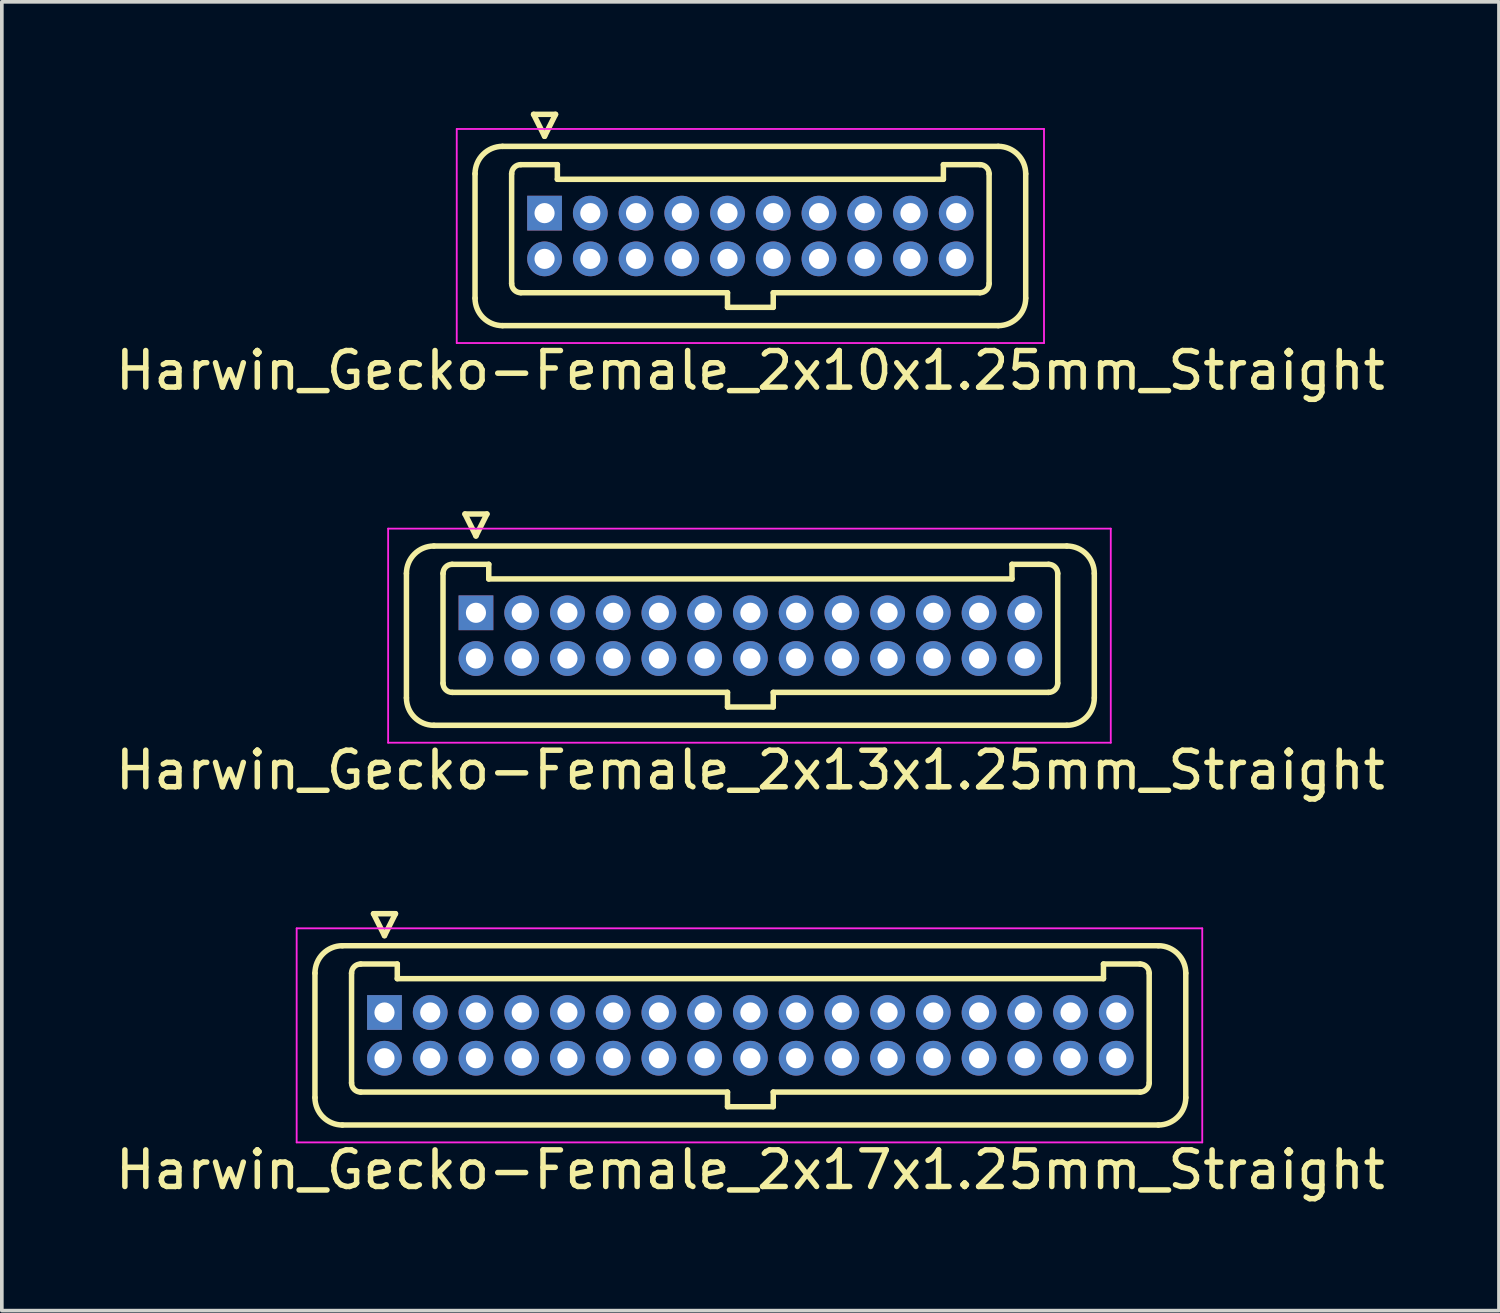
<source format=kicad_pcb>
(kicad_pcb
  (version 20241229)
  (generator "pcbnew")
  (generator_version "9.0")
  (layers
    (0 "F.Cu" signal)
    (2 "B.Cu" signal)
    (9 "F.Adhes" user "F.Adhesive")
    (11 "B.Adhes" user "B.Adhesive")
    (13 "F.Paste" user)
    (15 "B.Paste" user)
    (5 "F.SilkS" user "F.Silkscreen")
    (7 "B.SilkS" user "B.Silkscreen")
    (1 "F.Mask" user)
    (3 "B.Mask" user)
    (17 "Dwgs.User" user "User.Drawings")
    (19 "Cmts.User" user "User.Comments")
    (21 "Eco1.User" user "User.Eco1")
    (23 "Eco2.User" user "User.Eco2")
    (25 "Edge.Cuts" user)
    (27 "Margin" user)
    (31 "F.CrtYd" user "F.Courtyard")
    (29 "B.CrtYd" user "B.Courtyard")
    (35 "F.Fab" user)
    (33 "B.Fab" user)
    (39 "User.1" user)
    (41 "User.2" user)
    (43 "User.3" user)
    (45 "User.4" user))
  (footprint "Harwin_Gecko-Female_2x13x1.25mm_Straight"
    (layer "F.Cu")
    (at 9.958 13.698)
    (property "Reference" "Harwin_Gecko-Female_2x13x1.25mm_Straight" (at 7.5 4.3 0) (layer "F.SilkS") (effects (font (size 1 1) (thickness 0.15))))
    (attr through_hole)
    (fp_line (start -1.9 -1.075) (end -1.9 2.325) (stroke (width 0.15) (type solid)) (layer "F.SilkS"))
    (fp_line (start -1.15 -1.825) (end 16.15 -1.825) (stroke (width 0.15) (type solid)) (layer "F.SilkS"))
    (fp_line (start -1.15 3.075) (end 16.15 3.075) (stroke (width 0.15) (type solid)) (layer "F.SilkS"))
    (fp_line (start -0.9 -1.075) (end -0.9 1.925) (stroke (width 0.15) (type solid)) (layer "F.SilkS"))
    (fp_line (start -0.65 -1.325) (end 0.35 -1.325) (stroke (width 0.15) (type solid)) (layer "F.SilkS"))
    (fp_line (start -0.65 2.175) (end 6.875 2.175) (stroke (width 0.15) (type solid)) (layer "F.SilkS"))
    (fp_line (start -0.3 -2.7) (end 0.3 -2.7) (stroke (width 0.15) (type solid)) (layer "F.SilkS"))
    (fp_line (start 0 -2.1) (end -0.3 -2.7) (stroke (width 0.15) (type solid)) (layer "F.SilkS"))
    (fp_line (start 0.3 -2.7) (end 0 -2.1) (stroke (width 0.15) (type solid)) (layer "F.SilkS"))
    (fp_line (start 0.35 -1.325) (end 0.35 -0.925) (stroke (width 0.15) (type solid)) (layer "F.SilkS"))
    (fp_line (start 0.35 -0.925) (end 14.65 -0.925) (stroke (width 0.15) (type solid)) (layer "F.SilkS"))
    (fp_line (start 6.875 2.175) (end 6.875 2.575) (stroke (width 0.15) (type solid)) (layer "F.SilkS"))
    (fp_line (start 6.875 2.575) (end 8.125 2.575) (stroke (width 0.15) (type solid)) (layer "F.SilkS"))
    (fp_line (start 8.125 2.175) (end 15.65 2.175) (stroke (width 0.15) (type solid)) (layer "F.SilkS"))
    (fp_line (start 8.125 2.575) (end 8.125 2.175) (stroke (width 0.15) (type solid)) (layer "F.SilkS"))
    (fp_line (start 14.65 -1.325) (end 15.65 -1.325) (stroke (width 0.15) (type solid)) (layer "F.SilkS"))
    (fp_line (start 14.65 -0.925) (end 14.65 -1.325) (stroke (width 0.15) (type solid)) (layer "F.SilkS"))
    (fp_line (start 15.9 -1.075) (end 15.9 1.925) (stroke (width 0.15) (type solid)) (layer "F.SilkS"))
    (fp_line (start 16.9 -1.075) (end 16.9 2.325) (stroke (width 0.15) (type solid)) (layer "F.SilkS"))
    (fp_arc (start -1.9 -1.075) (mid -1.68033 -1.60533) (end -1.15 -1.825) (stroke (width 0.15) (type solid)) (layer "F.SilkS"))
    (fp_arc (start -1.15 3.075) (mid -1.68033 2.85533) (end -1.9 2.325) (stroke (width 0.15) (type solid)) (layer "F.SilkS"))
    (fp_arc (start -0.9 -1.075) (mid -0.826777 -1.251777) (end -0.65 -1.325) (stroke (width 0.15) (type solid)) (layer "F.SilkS"))
    (fp_arc (start -0.65 2.175) (mid -0.826777 2.101777) (end -0.9 1.925) (stroke (width 0.15) (type solid)) (layer "F.SilkS"))
    (fp_arc (start 15.65 -1.325) (mid 15.826777 -1.251777) (end 15.9 -1.075) (stroke (width 0.15) (type solid)) (layer "F.SilkS"))
    (fp_arc (start 15.9 1.925) (mid 15.826777 2.101777) (end 15.65 2.175) (stroke (width 0.15) (type solid)) (layer "F.SilkS"))
    (fp_arc (start 16.15 -1.825) (mid 16.68033 -1.60533) (end 16.9 -1.075) (stroke (width 0.15) (type solid)) (layer "F.SilkS"))
    (fp_arc (start 16.9 2.325) (mid 16.68033 2.85533) (end 16.15 3.075) (stroke (width 0.15) (type solid)) (layer "F.SilkS"))
    (fp_line (start -2.4 -2.3) (end -2.4 3.55) (stroke (width 0.05) (type solid)) (layer "F.CrtYd"))
    (fp_line (start -2.4 3.55) (end 17.35 3.55) (stroke (width 0.05) (type solid)) (layer "F.CrtYd"))
    (fp_line (start 17.35 -2.3) (end -2.4 -2.3) (stroke (width 0.05) (type solid)) (layer "F.CrtYd"))
    (fp_line (start 17.35 3.55) (end 17.35 -2.3) (stroke (width 0.05) (type solid)) (layer "F.CrtYd"))
    (pad "1" thru_hole rect (at 0 0) (size 0.95 0.95) (drill 0.55) (layers "*.Cu" "*.Mask"))
    (pad "2" thru_hole circle (at 0 1.25) (size 0.95 0.95) (drill 0.55) (layers "*.Cu" "*.Mask"))
    (pad "3" thru_hole circle (at 1.25 0) (size 0.95 0.95) (drill 0.55) (layers "*.Cu" "*.Mask"))
    (pad "4" thru_hole circle (at 1.25 1.25) (size 0.95 0.95) (drill 0.55) (layers "*.Cu" "*.Mask"))
    (pad "5" thru_hole circle (at 2.5 0) (size 0.95 0.95) (drill 0.55) (layers "*.Cu" "*.Mask"))
    (pad "6" thru_hole circle (at 2.5 1.25) (size 0.95 0.95) (drill 0.55) (layers "*.Cu" "*.Mask"))
    (pad "7" thru_hole circle (at 3.75 0) (size 0.95 0.95) (drill 0.55) (layers "*.Cu" "*.Mask"))
    (pad "8" thru_hole circle (at 3.75 1.25) (size 0.95 0.95) (drill 0.55) (layers "*.Cu" "*.Mask"))
    (pad "9" thru_hole circle (at 5 0) (size 0.95 0.95) (drill 0.55) (layers "*.Cu" "*.Mask"))
    (pad "10" thru_hole circle (at 5 1.25) (size 0.95 0.95) (drill 0.55) (layers "*.Cu" "*.Mask"))
    (pad "11" thru_hole circle (at 6.25 0) (size 0.95 0.95) (drill 0.55) (layers "*.Cu" "*.Mask"))
    (pad "12" thru_hole circle (at 6.25 1.25) (size 0.95 0.95) (drill 0.55) (layers "*.Cu" "*.Mask"))
    (pad "13" thru_hole circle (at 7.5 0) (size 0.95 0.95) (drill 0.55) (layers "*.Cu" "*.Mask"))
    (pad "14" thru_hole circle (at 7.5 1.25) (size 0.95 0.95) (drill 0.55) (layers "*.Cu" "*.Mask"))
    (pad "15" thru_hole circle (at 8.75 0) (size 0.95 0.95) (drill 0.55) (layers "*.Cu" "*.Mask"))
    (pad "16" thru_hole circle (at 8.75 1.25) (size 0.95 0.95) (drill 0.55) (layers "*.Cu" "*.Mask"))
    (pad "17" thru_hole circle (at 10 0) (size 0.95 0.95) (drill 0.55) (layers "*.Cu" "*.Mask"))
    (pad "18" thru_hole circle (at 10 1.25) (size 0.95 0.95) (drill 0.55) (layers "*.Cu" "*.Mask"))
    (pad "19" thru_hole circle (at 11.25 0) (size 0.95 0.95) (drill 0.55) (layers "*.Cu" "*.Mask"))
    (pad "20" thru_hole circle (at 11.25 1.25) (size 0.95 0.95) (drill 0.55) (layers "*.Cu" "*.Mask"))
    (pad "21" thru_hole circle (at 12.5 0) (size 0.95 0.95) (drill 0.55) (layers "*.Cu" "*.Mask"))
    (pad "22" thru_hole circle (at 12.5 1.25) (size 0.95 0.95) (drill 0.55) (layers "*.Cu" "*.Mask"))
    (pad "23" thru_hole circle (at 13.75 0) (size 0.95 0.95) (drill 0.55) (layers "*.Cu" "*.Mask"))
    (pad "24" thru_hole circle (at 13.75 1.25) (size 0.95 0.95) (drill 0.55) (layers "*.Cu" "*.Mask"))
    (pad "25" thru_hole circle (at 15 0) (size 0.95 0.95) (drill 0.55) (layers "*.Cu" "*.Mask"))
    (pad "26" thru_hole circle (at 15 1.25) (size 0.95 0.95) (drill 0.55) (layers "*.Cu" "*.Mask")))
  (footprint "Harwin_Gecko-Female_2x10x1.25mm_Straight"
    (layer "F.Cu")
    (at 11.833 2.775)
    (property "Reference" "Harwin_Gecko-Female_2x10x1.25mm_Straight" (at 5.625 4.3 0) (layer "F.SilkS") (effects (font (size 1 1) (thickness 0.15))))
    (attr through_hole)
    (fp_line (start -1.9 -1.075) (end -1.9 2.325) (stroke (width 0.15) (type solid)) (layer "F.SilkS"))
    (fp_line (start -1.15 -1.825) (end 12.4 -1.825) (stroke (width 0.15) (type solid)) (layer "F.SilkS"))
    (fp_line (start -1.15 3.075) (end 12.4 3.075) (stroke (width 0.15) (type solid)) (layer "F.SilkS"))
    (fp_line (start -0.9 -1.075) (end -0.9 1.925) (stroke (width 0.15) (type solid)) (layer "F.SilkS"))
    (fp_line (start -0.65 -1.325) (end 0.35 -1.325) (stroke (width 0.15) (type solid)) (layer "F.SilkS"))
    (fp_line (start -0.65 2.175) (end 5 2.175) (stroke (width 0.15) (type solid)) (layer "F.SilkS"))
    (fp_line (start -0.3 -2.7) (end 0.3 -2.7) (stroke (width 0.15) (type solid)) (layer "F.SilkS"))
    (fp_line (start 0 -2.1) (end -0.3 -2.7) (stroke (width 0.15) (type solid)) (layer "F.SilkS"))
    (fp_line (start 0.3 -2.7) (end 0 -2.1) (stroke (width 0.15) (type solid)) (layer "F.SilkS"))
    (fp_line (start 0.35 -1.325) (end 0.35 -0.925) (stroke (width 0.15) (type solid)) (layer "F.SilkS"))
    (fp_line (start 0.35 -0.925) (end 10.9 -0.925) (stroke (width 0.15) (type solid)) (layer "F.SilkS"))
    (fp_line (start 5 2.175) (end 5 2.575) (stroke (width 0.15) (type solid)) (layer "F.SilkS"))
    (fp_line (start 5 2.575) (end 6.25 2.575) (stroke (width 0.15) (type solid)) (layer "F.SilkS"))
    (fp_line (start 6.25 2.175) (end 11.9 2.175) (stroke (width 0.15) (type solid)) (layer "F.SilkS"))
    (fp_line (start 6.25 2.575) (end 6.25 2.175) (stroke (width 0.15) (type solid)) (layer "F.SilkS"))
    (fp_line (start 10.9 -1.325) (end 11.9 -1.325) (stroke (width 0.15) (type solid)) (layer "F.SilkS"))
    (fp_line (start 10.9 -0.925) (end 10.9 -1.325) (stroke (width 0.15) (type solid)) (layer "F.SilkS"))
    (fp_line (start 12.15 -1.075) (end 12.15 1.925) (stroke (width 0.15) (type solid)) (layer "F.SilkS"))
    (fp_line (start 13.15 -1.075) (end 13.15 2.325) (stroke (width 0.15) (type solid)) (layer "F.SilkS"))
    (fp_arc (start -1.9 -1.075) (mid -1.68033 -1.60533) (end -1.15 -1.825) (stroke (width 0.15) (type solid)) (layer "F.SilkS"))
    (fp_arc (start -1.15 3.075) (mid -1.68033 2.85533) (end -1.9 2.325) (stroke (width 0.15) (type solid)) (layer "F.SilkS"))
    (fp_arc (start -0.9 -1.075) (mid -0.826777 -1.251777) (end -0.65 -1.325) (stroke (width 0.15) (type solid)) (layer "F.SilkS"))
    (fp_arc (start -0.65 2.175) (mid -0.826777 2.101777) (end -0.9 1.925) (stroke (width 0.15) (type solid)) (layer "F.SilkS"))
    (fp_arc (start 11.9 -1.325) (mid 12.076777 -1.251777) (end 12.15 -1.075) (stroke (width 0.15) (type solid)) (layer "F.SilkS"))
    (fp_arc (start 12.15 1.925) (mid 12.076777 2.101777) (end 11.9 2.175) (stroke (width 0.15) (type solid)) (layer "F.SilkS"))
    (fp_arc (start 12.4 -1.825) (mid 12.93033 -1.60533) (end 13.15 -1.075) (stroke (width 0.15) (type solid)) (layer "F.SilkS"))
    (fp_arc (start 13.15 2.325) (mid 12.93033 2.85533) (end 12.4 3.075) (stroke (width 0.15) (type solid)) (layer "F.SilkS"))
    (fp_line (start -2.4 -2.3) (end -2.4 3.55) (stroke (width 0.05) (type solid)) (layer "F.CrtYd"))
    (fp_line (start -2.4 3.55) (end 13.65 3.55) (stroke (width 0.05) (type solid)) (layer "F.CrtYd"))
    (fp_line (start 13.65 -2.3) (end -2.4 -2.3) (stroke (width 0.05) (type solid)) (layer "F.CrtYd"))
    (fp_line (start 13.65 3.55) (end 13.65 -2.3) (stroke (width 0.05) (type solid)) (layer "F.CrtYd"))
    (pad "1" thru_hole rect (at 0 0) (size 0.95 0.95) (drill 0.55) (layers "*.Cu" "*.Mask"))
    (pad "2" thru_hole circle (at 0 1.25) (size 0.95 0.95) (drill 0.55) (layers "*.Cu" "*.Mask"))
    (pad "3" thru_hole circle (at 1.25 0) (size 0.95 0.95) (drill 0.55) (layers "*.Cu" "*.Mask"))
    (pad "4" thru_hole circle (at 1.25 1.25) (size 0.95 0.95) (drill 0.55) (layers "*.Cu" "*.Mask"))
    (pad "5" thru_hole circle (at 2.5 0) (size 0.95 0.95) (drill 0.55) (layers "*.Cu" "*.Mask"))
    (pad "6" thru_hole circle (at 2.5 1.25) (size 0.95 0.95) (drill 0.55) (layers "*.Cu" "*.Mask"))
    (pad "7" thru_hole circle (at 3.75 0) (size 0.95 0.95) (drill 0.55) (layers "*.Cu" "*.Mask"))
    (pad "8" thru_hole circle (at 3.75 1.25) (size 0.95 0.95) (drill 0.55) (layers "*.Cu" "*.Mask"))
    (pad "9" thru_hole circle (at 5 0) (size 0.95 0.95) (drill 0.55) (layers "*.Cu" "*.Mask"))
    (pad "10" thru_hole circle (at 5 1.25) (size 0.95 0.95) (drill 0.55) (layers "*.Cu" "*.Mask"))
    (pad "11" thru_hole circle (at 6.25 0) (size 0.95 0.95) (drill 0.55) (layers "*.Cu" "*.Mask"))
    (pad "12" thru_hole circle (at 6.25 1.25) (size 0.95 0.95) (drill 0.55) (layers "*.Cu" "*.Mask"))
    (pad "13" thru_hole circle (at 7.5 0) (size 0.95 0.95) (drill 0.55) (layers "*.Cu" "*.Mask"))
    (pad "14" thru_hole circle (at 7.5 1.25) (size 0.95 0.95) (drill 0.55) (layers "*.Cu" "*.Mask"))
    (pad "15" thru_hole circle (at 8.75 0) (size 0.95 0.95) (drill 0.55) (layers "*.Cu" "*.Mask"))
    (pad "16" thru_hole circle (at 8.75 1.25) (size 0.95 0.95) (drill 0.55) (layers "*.Cu" "*.Mask"))
    (pad "17" thru_hole circle (at 10 0) (size 0.95 0.95) (drill 0.55) (layers "*.Cu" "*.Mask"))
    (pad "18" thru_hole circle (at 10 1.25) (size 0.95 0.95) (drill 0.55) (layers "*.Cu" "*.Mask"))
    (pad "19" thru_hole circle (at 11.25 0) (size 0.95 0.95) (drill 0.55) (layers "*.Cu" "*.Mask"))
    (pad "20" thru_hole circle (at 11.25 1.25) (size 0.95 0.95) (drill 0.55) (layers "*.Cu" "*.Mask")))
  (footprint "Harwin_Gecko-Female_2x17x1.25mm_Straight"
    (layer "F.Cu")
    (at 7.458 24.622)
    (property "Reference" "Harwin_Gecko-Female_2x17x1.25mm_Straight" (at 10 4.3 0) (layer "F.SilkS") (effects (font (size 1 1) (thickness 0.15))))
    (attr through_hole)
    (fp_line (start -1.9 -1.075) (end -1.9 2.325) (stroke (width 0.15) (type solid)) (layer "F.SilkS"))
    (fp_line (start -1.15 -1.825) (end 21.15 -1.825) (stroke (width 0.15) (type solid)) (layer "F.SilkS"))
    (fp_line (start -1.15 3.075) (end 21.15 3.075) (stroke (width 0.15) (type solid)) (layer "F.SilkS"))
    (fp_line (start -0.9 -1.075) (end -0.9 1.925) (stroke (width 0.15) (type solid)) (layer "F.SilkS"))
    (fp_line (start -0.65 -1.325) (end 0.35 -1.325) (stroke (width 0.15) (type solid)) (layer "F.SilkS"))
    (fp_line (start -0.65 2.175) (end 9.375 2.175) (stroke (width 0.15) (type solid)) (layer "F.SilkS"))
    (fp_line (start -0.3 -2.7) (end 0.3 -2.7) (stroke (width 0.15) (type solid)) (layer "F.SilkS"))
    (fp_line (start 0 -2.1) (end -0.3 -2.7) (stroke (width 0.15) (type solid)) (layer "F.SilkS"))
    (fp_line (start 0.3 -2.7) (end 0 -2.1) (stroke (width 0.15) (type solid)) (layer "F.SilkS"))
    (fp_line (start 0.35 -1.325) (end 0.35 -0.925) (stroke (width 0.15) (type solid)) (layer "F.SilkS"))
    (fp_line (start 0.35 -0.925) (end 19.65 -0.925) (stroke (width 0.15) (type solid)) (layer "F.SilkS"))
    (fp_line (start 9.375 2.175) (end 9.375 2.575) (stroke (width 0.15) (type solid)) (layer "F.SilkS"))
    (fp_line (start 9.375 2.575) (end 10.625 2.575) (stroke (width 0.15) (type solid)) (layer "F.SilkS"))
    (fp_line (start 10.625 2.175) (end 20.65 2.175) (stroke (width 0.15) (type solid)) (layer "F.SilkS"))
    (fp_line (start 10.625 2.575) (end 10.625 2.175) (stroke (width 0.15) (type solid)) (layer "F.SilkS"))
    (fp_line (start 19.65 -1.325) (end 20.65 -1.325) (stroke (width 0.15) (type solid)) (layer "F.SilkS"))
    (fp_line (start 19.65 -0.925) (end 19.65 -1.325) (stroke (width 0.15) (type solid)) (layer "F.SilkS"))
    (fp_line (start 20.9 -1.075) (end 20.9 1.925) (stroke (width 0.15) (type solid)) (layer "F.SilkS"))
    (fp_line (start 21.9 -1.075) (end 21.9 2.325) (stroke (width 0.15) (type solid)) (layer "F.SilkS"))
    (fp_arc (start -1.9 -1.075) (mid -1.68033 -1.60533) (end -1.15 -1.825) (stroke (width 0.15) (type solid)) (layer "F.SilkS"))
    (fp_arc (start -1.15 3.075) (mid -1.68033 2.85533) (end -1.9 2.325) (stroke (width 0.15) (type solid)) (layer "F.SilkS"))
    (fp_arc (start -0.9 -1.075) (mid -0.826777 -1.251777) (end -0.65 -1.325) (stroke (width 0.15) (type solid)) (layer "F.SilkS"))
    (fp_arc (start -0.65 2.175) (mid -0.826777 2.101777) (end -0.9 1.925) (stroke (width 0.15) (type solid)) (layer "F.SilkS"))
    (fp_arc (start 20.65 -1.325) (mid 20.826777 -1.251777) (end 20.9 -1.075) (stroke (width 0.15) (type solid)) (layer "F.SilkS"))
    (fp_arc (start 20.9 1.925) (mid 20.826777 2.101777) (end 20.65 2.175) (stroke (width 0.15) (type solid)) (layer "F.SilkS"))
    (fp_arc (start 21.15 -1.825) (mid 21.68033 -1.60533) (end 21.9 -1.075) (stroke (width 0.15) (type solid)) (layer "F.SilkS"))
    (fp_arc (start 21.9 2.325) (mid 21.68033 2.85533) (end 21.15 3.075) (stroke (width 0.15) (type solid)) (layer "F.SilkS"))
    (fp_line (start -2.4 -2.3) (end -2.4 3.55) (stroke (width 0.05) (type solid)) (layer "F.CrtYd"))
    (fp_line (start -2.4 3.55) (end 22.35 3.55) (stroke (width 0.05) (type solid)) (layer "F.CrtYd"))
    (fp_line (start 22.35 -2.3) (end -2.4 -2.3) (stroke (width 0.05) (type solid)) (layer "F.CrtYd"))
    (fp_line (start 22.35 3.55) (end 22.35 -2.3) (stroke (width 0.05) (type solid)) (layer "F.CrtYd"))
    (pad "1" thru_hole rect (at 0 0) (size 0.95 0.95) (drill 0.55) (layers "*.Cu" "*.Mask"))
    (pad "2" thru_hole circle (at 0 1.25) (size 0.95 0.95) (drill 0.55) (layers "*.Cu" "*.Mask"))
    (pad "3" thru_hole circle (at 1.25 0) (size 0.95 0.95) (drill 0.55) (layers "*.Cu" "*.Mask"))
    (pad "4" thru_hole circle (at 1.25 1.25) (size 0.95 0.95) (drill 0.55) (layers "*.Cu" "*.Mask"))
    (pad "5" thru_hole circle (at 2.5 0) (size 0.95 0.95) (drill 0.55) (layers "*.Cu" "*.Mask"))
    (pad "6" thru_hole circle (at 2.5 1.25) (size 0.95 0.95) (drill 0.55) (layers "*.Cu" "*.Mask"))
    (pad "7" thru_hole circle (at 3.75 0) (size 0.95 0.95) (drill 0.55) (layers "*.Cu" "*.Mask"))
    (pad "8" thru_hole circle (at 3.75 1.25) (size 0.95 0.95) (drill 0.55) (layers "*.Cu" "*.Mask"))
    (pad "9" thru_hole circle (at 5 0) (size 0.95 0.95) (drill 0.55) (layers "*.Cu" "*.Mask"))
    (pad "10" thru_hole circle (at 5 1.25) (size 0.95 0.95) (drill 0.55) (layers "*.Cu" "*.Mask"))
    (pad "11" thru_hole circle (at 6.25 0) (size 0.95 0.95) (drill 0.55) (layers "*.Cu" "*.Mask"))
    (pad "12" thru_hole circle (at 6.25 1.25) (size 0.95 0.95) (drill 0.55) (layers "*.Cu" "*.Mask"))
    (pad "13" thru_hole circle (at 7.5 0) (size 0.95 0.95) (drill 0.55) (layers "*.Cu" "*.Mask"))
    (pad "14" thru_hole circle (at 7.5 1.25) (size 0.95 0.95) (drill 0.55) (layers "*.Cu" "*.Mask"))
    (pad "15" thru_hole circle (at 8.75 0) (size 0.95 0.95) (drill 0.55) (layers "*.Cu" "*.Mask"))
    (pad "16" thru_hole circle (at 8.75 1.25) (size 0.95 0.95) (drill 0.55) (layers "*.Cu" "*.Mask"))
    (pad "17" thru_hole circle (at 10 0) (size 0.95 0.95) (drill 0.55) (layers "*.Cu" "*.Mask"))
    (pad "18" thru_hole circle (at 10 1.25) (size 0.95 0.95) (drill 0.55) (layers "*.Cu" "*.Mask"))
    (pad "19" thru_hole circle (at 11.25 0) (size 0.95 0.95) (drill 0.55) (layers "*.Cu" "*.Mask"))
    (pad "20" thru_hole circle (at 11.25 1.25) (size 0.95 0.95) (drill 0.55) (layers "*.Cu" "*.Mask"))
    (pad "21" thru_hole circle (at 12.5 0) (size 0.95 0.95) (drill 0.55) (layers "*.Cu" "*.Mask"))
    (pad "22" thru_hole circle (at 12.5 1.25) (size 0.95 0.95) (drill 0.55) (layers "*.Cu" "*.Mask"))
    (pad "23" thru_hole circle (at 13.75 0) (size 0.95 0.95) (drill 0.55) (layers "*.Cu" "*.Mask"))
    (pad "24" thru_hole circle (at 13.75 1.25) (size 0.95 0.95) (drill 0.55) (layers "*.Cu" "*.Mask"))
    (pad "25" thru_hole circle (at 15 0) (size 0.95 0.95) (drill 0.55) (layers "*.Cu" "*.Mask"))
    (pad "26" thru_hole circle (at 15 1.25) (size 0.95 0.95) (drill 0.55) (layers "*.Cu" "*.Mask"))
    (pad "27" thru_hole circle (at 16.25 0) (size 0.95 0.95) (drill 0.55) (layers "*.Cu" "*.Mask"))
    (pad "28" thru_hole circle (at 16.25 1.25) (size 0.95 0.95) (drill 0.55) (layers "*.Cu" "*.Mask"))
    (pad "29" thru_hole circle (at 17.5 0) (size 0.95 0.95) (drill 0.55) (layers "*.Cu" "*.Mask"))
    (pad "30" thru_hole circle (at 17.5 1.25) (size 0.95 0.95) (drill 0.55) (layers "*.Cu" "*.Mask"))
    (pad "31" thru_hole circle (at 18.75 0) (size 0.95 0.95) (drill 0.55) (layers "*.Cu" "*.Mask"))
    (pad "32" thru_hole circle (at 18.75 1.25) (size 0.95 0.95) (drill 0.55) (layers "*.Cu" "*.Mask"))
    (pad "33" thru_hole circle (at 20 0) (size 0.95 0.95) (drill 0.55) (layers "*.Cu" "*.Mask"))
    (pad "34" thru_hole circle (at 20 1.25) (size 0.95 0.95) (drill 0.55) (layers "*.Cu" "*.Mask")))
  (gr_rect
    (start -3 -3)
    (end 37.917 32.77)
    (stroke (width 0.1) (type default))
    (fill no)
    (layer "Edge.Cuts")))
</source>
